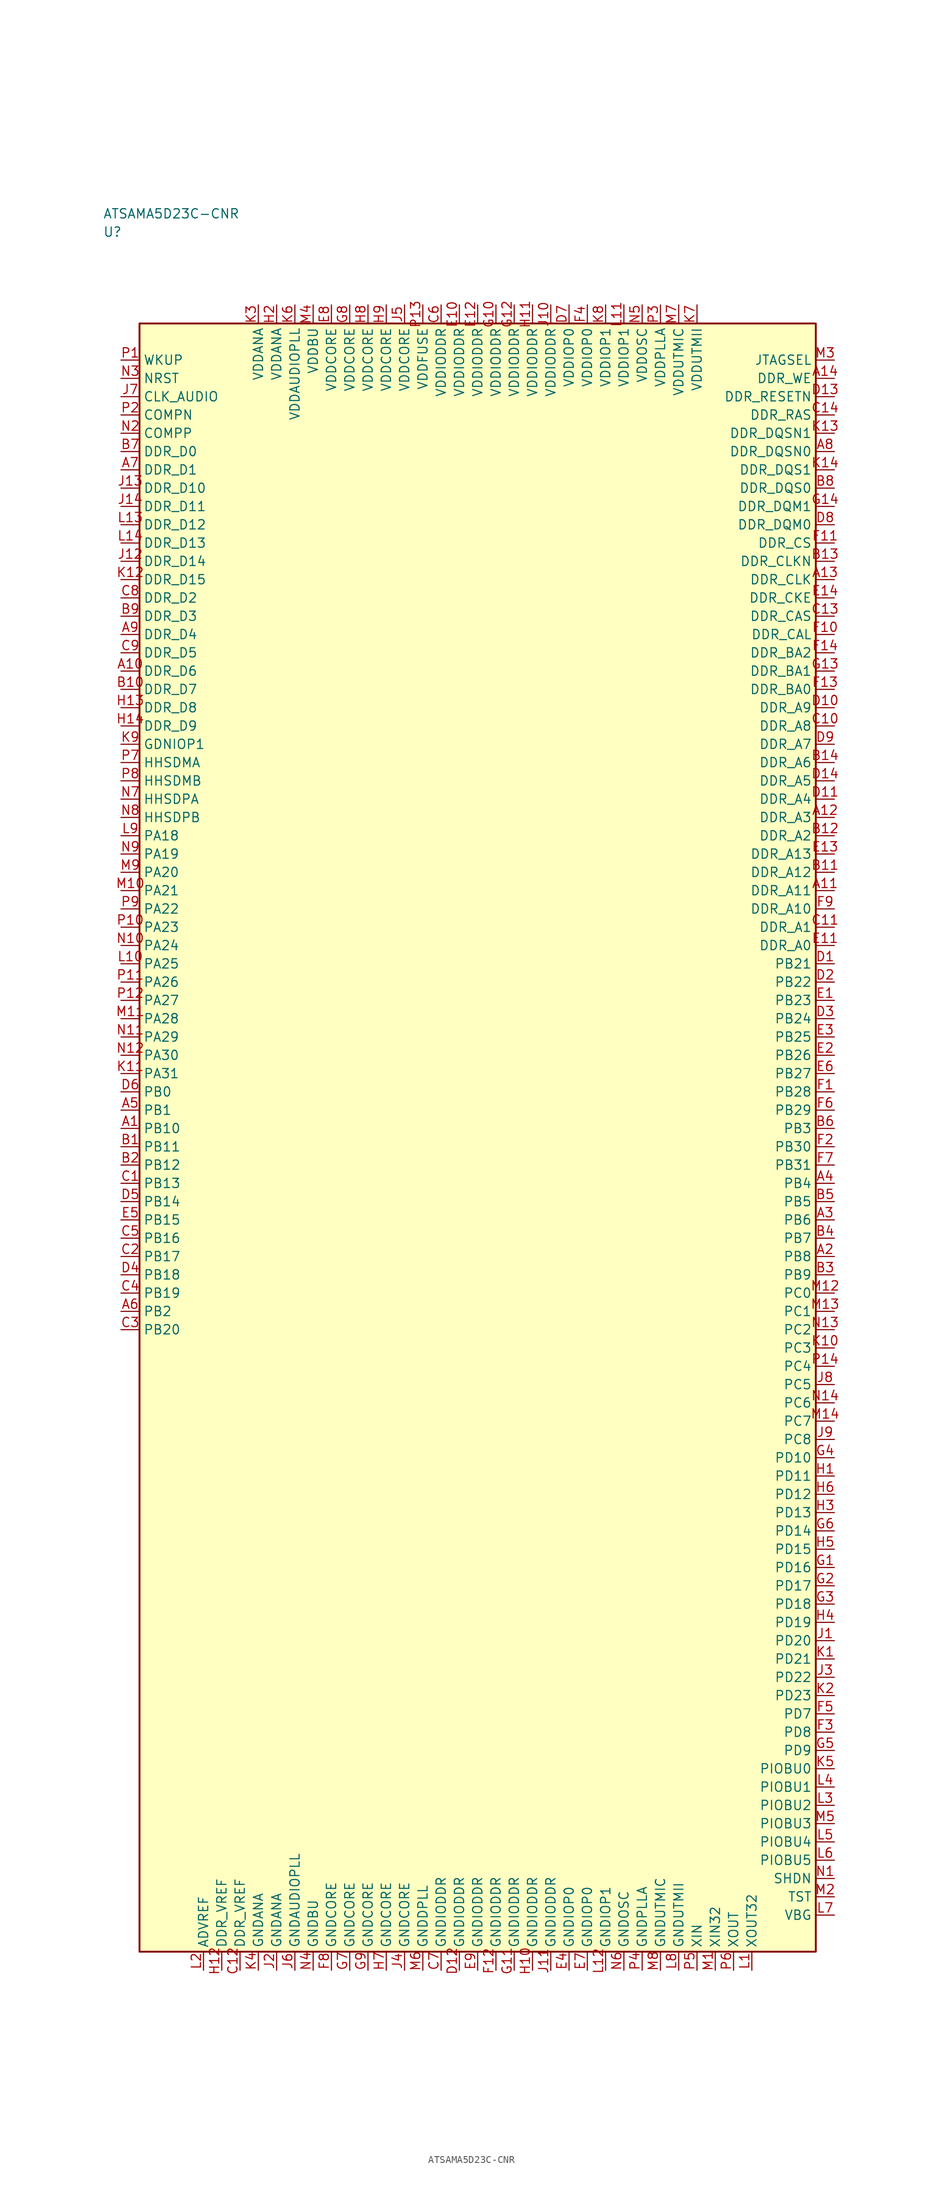
<source format=kicad_sym>
(kicad_symbol_lib
  (version 20241025)
  (generator "kicad_symbol_editor")
  (generator_version "8.0")
  (symbol "ATSAMA5D23C-CNR"
    (property "Reference" "U"
      (at -51.25 123.75 0)
      (effects (font (size 1.27 1.27)) (justify left)))
    (property "Value" "ATSAMA5D23C-CNR"
      (at -51.25 126.25 0)
      (effects (font (size 1.27 1.27)) (justify left)))
    (symbol "ATSAMA5D23C-CNR_0_1"
      (rectangle (start -46.25 111.25) (end 46.25 -111.25) (stroke (width 0.254) (type default)) (fill (type background))))
    (symbol "ATSAMA5D23C-CNR_1_1"
      (pin bidirectional line (at -48.79 41.25 0.0) (length 2.54) (name "PA18" (effects (font (size 1.27 1.27)))) (number "L9" (effects (font (size 1.27 1.27)))))
      (pin bidirectional line (at -48.79 38.75 0.0) (length 2.54) (name "PA19" (effects (font (size 1.27 1.27)))) (number "N9" (effects (font (size 1.27 1.27)))))
      (pin bidirectional line (at -48.79 36.25 0.0) (length 2.54) (name "PA20" (effects (font (size 1.27 1.27)))) (number "M9" (effects (font (size 1.27 1.27)))))
      (pin bidirectional line (at -48.79 33.75 0.0) (length 2.54) (name "PA21" (effects (font (size 1.27 1.27)))) (number "M10" (effects (font (size 1.27 1.27)))))
      (pin bidirectional line (at -48.79 31.25 0.0) (length 2.54) (name "PA22" (effects (font (size 1.27 1.27)))) (number "P9" (effects (font (size 1.27 1.27)))))
      (pin bidirectional line (at -48.79 28.75 0.0) (length 2.54) (name "PA23" (effects (font (size 1.27 1.27)))) (number "P10" (effects (font (size 1.27 1.27)))))
      (pin bidirectional line (at -48.79 26.25 0.0) (length 2.54) (name "PA24" (effects (font (size 1.27 1.27)))) (number "N10" (effects (font (size 1.27 1.27)))))
      (pin bidirectional line (at -48.79 23.75 0.0) (length 2.54) (name "PA25" (effects (font (size 1.27 1.27)))) (number "L10" (effects (font (size 1.27 1.27)))))
      (pin bidirectional line (at -48.79 21.25 0.0) (length 2.54) (name "PA26" (effects (font (size 1.27 1.27)))) (number "P11" (effects (font (size 1.27 1.27)))))
      (pin bidirectional line (at -48.79 18.75 0.0) (length 2.54) (name "PA27" (effects (font (size 1.27 1.27)))) (number "P12" (effects (font (size 1.27 1.27)))))
      (pin bidirectional line (at -48.79 16.25 0.0) (length 2.54) (name "PA28" (effects (font (size 1.27 1.27)))) (number "M11" (effects (font (size 1.27 1.27)))))
      (pin bidirectional line (at -48.79 13.75 0.0) (length 2.54) (name "PA29" (effects (font (size 1.27 1.27)))) (number "N11" (effects (font (size 1.27 1.27)))))
      (pin bidirectional line (at -48.79 11.25 0.0) (length 2.54) (name "PA30" (effects (font (size 1.27 1.27)))) (number "N12" (effects (font (size 1.27 1.27)))))
      (pin bidirectional line (at 48.79 -21.25 180.0) (length 2.54) (name "PC0" (effects (font (size 1.27 1.27)))) (number "M12" (effects (font (size 1.27 1.27)))))
      (pin bidirectional line (at -48.79 -23.75 0.0) (length 2.54) (name "PB2" (effects (font (size 1.27 1.27)))) (number "A6" (effects (font (size 1.27 1.27)))))
      (pin bidirectional line (at -48.79 3.75 0.0) (length 2.54) (name "PB1" (effects (font (size 1.27 1.27)))) (number "A5" (effects (font (size 1.27 1.27)))))
      (pin bidirectional line (at 48.79 1.25 180.0) (length 2.54) (name "PB3" (effects (font (size 1.27 1.27)))) (number "B6" (effects (font (size 1.27 1.27)))))
      (pin bidirectional line (at 48.79 -8.75 180.0) (length 2.54) (name "PB5" (effects (font (size 1.27 1.27)))) (number "B5" (effects (font (size 1.27 1.27)))))
      (pin bidirectional line (at 48.79 -6.25 180.0) (length 2.54) (name "PB4" (effects (font (size 1.27 1.27)))) (number "A4" (effects (font (size 1.27 1.27)))))
      (pin bidirectional line (at -48.79 6.25 0.0) (length 2.54) (name "PB0" (effects (font (size 1.27 1.27)))) (number "D6" (effects (font (size 1.27 1.27)))))
      (pin bidirectional line (at 48.79 -11.25 180.0) (length 2.54) (name "PB6" (effects (font (size 1.27 1.27)))) (number "A3" (effects (font (size 1.27 1.27)))))
      (pin bidirectional line (at 48.79 -13.75 180.0) (length 2.54) (name "PB7" (effects (font (size 1.27 1.27)))) (number "B4" (effects (font (size 1.27 1.27)))))
      (pin bidirectional line (at 48.79 -16.25 180.0) (length 2.54) (name "PB8" (effects (font (size 1.27 1.27)))) (number "A2" (effects (font (size 1.27 1.27)))))
      (pin bidirectional line (at 48.79 -18.75 180.0) (length 2.54) (name "PB9" (effects (font (size 1.27 1.27)))) (number "B3" (effects (font (size 1.27 1.27)))))
      (pin bidirectional line (at -48.79 1.25 0.0) (length 2.54) (name "PB10" (effects (font (size 1.27 1.27)))) (number "A1" (effects (font (size 1.27 1.27)))))
      (pin bidirectional line (at -48.79 -1.25 0.0) (length 2.54) (name "PB11" (effects (font (size 1.27 1.27)))) (number "B1" (effects (font (size 1.27 1.27)))))
      (pin bidirectional line (at -48.79 -3.75 0.0) (length 2.54) (name "PB12" (effects (font (size 1.27 1.27)))) (number "B2" (effects (font (size 1.27 1.27)))))
      (pin bidirectional line (at -48.79 -6.25 0.0) (length 2.54) (name "PB13" (effects (font (size 1.27 1.27)))) (number "C1" (effects (font (size 1.27 1.27)))))
      (pin bidirectional line (at -48.79 -8.75 0.0) (length 2.54) (name "PB14" (effects (font (size 1.27 1.27)))) (number "D5" (effects (font (size 1.27 1.27)))))
      (pin bidirectional line (at -48.79 -11.25 0.0) (length 2.54) (name "PB15" (effects (font (size 1.27 1.27)))) (number "E5" (effects (font (size 1.27 1.27)))))
      (pin bidirectional line (at -48.79 -13.75 0.0) (length 2.54) (name "PB16" (effects (font (size 1.27 1.27)))) (number "C5" (effects (font (size 1.27 1.27)))))
      (pin bidirectional line (at -48.79 -16.25 0.0) (length 2.54) (name "PB17" (effects (font (size 1.27 1.27)))) (number "C2" (effects (font (size 1.27 1.27)))))
      (pin bidirectional line (at -48.79 -18.75 0.0) (length 2.54) (name "PB18" (effects (font (size 1.27 1.27)))) (number "D4" (effects (font (size 1.27 1.27)))))
      (pin bidirectional line (at -48.79 -21.25 0.0) (length 2.54) (name "PB19" (effects (font (size 1.27 1.27)))) (number "C4" (effects (font (size 1.27 1.27)))))
      (pin bidirectional line (at -48.79 -26.25 0.0) (length 2.54) (name "PB20" (effects (font (size 1.27 1.27)))) (number "C3" (effects (font (size 1.27 1.27)))))
      (pin bidirectional line (at 48.79 23.75 180.0) (length 2.54) (name "PB21" (effects (font (size 1.27 1.27)))) (number "D1" (effects (font (size 1.27 1.27)))))
      (pin bidirectional line (at 48.79 21.25 180.0) (length 2.54) (name "PB22" (effects (font (size 1.27 1.27)))) (number "D2" (effects (font (size 1.27 1.27)))))
      (pin bidirectional line (at 48.79 18.75 180.0) (length 2.54) (name "PB23" (effects (font (size 1.27 1.27)))) (number "E1" (effects (font (size 1.27 1.27)))))
      (pin bidirectional line (at 48.79 16.25 180.0) (length 2.54) (name "PB24" (effects (font (size 1.27 1.27)))) (number "D3" (effects (font (size 1.27 1.27)))))
      (pin bidirectional line (at 48.79 13.75 180.0) (length 2.54) (name "PB25" (effects (font (size 1.27 1.27)))) (number "E3" (effects (font (size 1.27 1.27)))))
      (pin bidirectional line (at 48.79 11.25 180.0) (length 2.54) (name "PB26" (effects (font (size 1.27 1.27)))) (number "E2" (effects (font (size 1.27 1.27)))))
      (pin bidirectional line (at 48.79 8.75 180.0) (length 2.54) (name "PB27" (effects (font (size 1.27 1.27)))) (number "E6" (effects (font (size 1.27 1.27)))))
      (pin bidirectional line (at 48.79 6.25 180.0) (length 2.54) (name "PB28" (effects (font (size 1.27 1.27)))) (number "F1" (effects (font (size 1.27 1.27)))))
      (pin bidirectional line (at 48.79 3.75 180.0) (length 2.54) (name "PB29" (effects (font (size 1.27 1.27)))) (number "F6" (effects (font (size 1.27 1.27)))))
      (pin bidirectional line (at 48.79 -1.25 180.0) (length 2.54) (name "PB30" (effects (font (size 1.27 1.27)))) (number "F2" (effects (font (size 1.27 1.27)))))
      (pin bidirectional line (at 48.79 -3.75 180.0) (length 2.54) (name "PB31" (effects (font (size 1.27 1.27)))) (number "F7" (effects (font (size 1.27 1.27)))))
      (pin bidirectional line (at 48.79 -23.75 180.0) (length 2.54) (name "PC1" (effects (font (size 1.27 1.27)))) (number "M13" (effects (font (size 1.27 1.27)))))
      (pin power_in line (at -7.5 113.79 270.0) (length 2.54) (name "VDDFUSE" (effects (font (size 1.27 1.27)))) (number "P13" (effects (font (size 1.27 1.27)))))
      (pin bidirectional line (at 48.79 -26.25 180.0) (length 2.54) (name "PC2" (effects (font (size 1.27 1.27)))) (number "N13" (effects (font (size 1.27 1.27)))))
      (pin bidirectional line (at 48.79 -28.75 180.0) (length 2.54) (name "PC3" (effects (font (size 1.27 1.27)))) (number "K10" (effects (font (size 1.27 1.27)))))
      (pin bidirectional line (at 48.79 -31.25 180.0) (length 2.54) (name "PC4" (effects (font (size 1.27 1.27)))) (number "P14" (effects (font (size 1.27 1.27)))))
      (pin bidirectional line (at 48.79 -33.75 180.0) (length 2.54) (name "PC5" (effects (font (size 1.27 1.27)))) (number "J8" (effects (font (size 1.27 1.27)))))
      (pin bidirectional line (at 48.79 -36.25 180.0) (length 2.54) (name "PC6" (effects (font (size 1.27 1.27)))) (number "N14" (effects (font (size 1.27 1.27)))))
      (pin bidirectional line (at 48.79 -38.75 180.0) (length 2.54) (name "PC7" (effects (font (size 1.27 1.27)))) (number "M14" (effects (font (size 1.27 1.27)))))
      (pin bidirectional line (at 48.79 -41.25 180.0) (length 2.54) (name "PC8" (effects (font (size 1.27 1.27)))) (number "J9" (effects (font (size 1.27 1.27)))))
      (pin bidirectional line (at 48.79 -78.75 180.0) (length 2.54) (name "PD7" (effects (font (size 1.27 1.27)))) (number "F5" (effects (font (size 1.27 1.27)))))
      (pin bidirectional line (at 48.79 -81.25 180.0) (length 2.54) (name "PD8" (effects (font (size 1.27 1.27)))) (number "F3" (effects (font (size 1.27 1.27)))))
      (pin bidirectional line (at 48.79 -83.75 180.0) (length 2.54) (name "PD9" (effects (font (size 1.27 1.27)))) (number "G5" (effects (font (size 1.27 1.27)))))
      (pin bidirectional line (at 48.79 -43.75 180.0) (length 2.54) (name "PD10" (effects (font (size 1.27 1.27)))) (number "G4" (effects (font (size 1.27 1.27)))))
      (pin bidirectional line (at 48.79 -46.25 180.0) (length 2.54) (name "PD11" (effects (font (size 1.27 1.27)))) (number "H1" (effects (font (size 1.27 1.27)))))
      (pin bidirectional line (at 48.79 -48.75 180.0) (length 2.54) (name "PD12" (effects (font (size 1.27 1.27)))) (number "H6" (effects (font (size 1.27 1.27)))))
      (pin bidirectional line (at 48.79 -51.25 180.0) (length 2.54) (name "PD13" (effects (font (size 1.27 1.27)))) (number "H3" (effects (font (size 1.27 1.27)))))
      (pin bidirectional line (at 48.79 -53.75 180.0) (length 2.54) (name "PD14" (effects (font (size 1.27 1.27)))) (number "G6" (effects (font (size 1.27 1.27)))))
      (pin bidirectional line (at 48.79 -56.25 180.0) (length 2.54) (name "PD15" (effects (font (size 1.27 1.27)))) (number "H5" (effects (font (size 1.27 1.27)))))
      (pin bidirectional line (at 48.79 -58.75 180.0) (length 2.54) (name "PD16" (effects (font (size 1.27 1.27)))) (number "G1" (effects (font (size 1.27 1.27)))))
      (pin bidirectional line (at 48.79 -61.25 180.0) (length 2.54) (name "PD17" (effects (font (size 1.27 1.27)))) (number "G2" (effects (font (size 1.27 1.27)))))
      (pin bidirectional line (at 48.79 -63.75 180.0) (length 2.54) (name "PD18" (effects (font (size 1.27 1.27)))) (number "G3" (effects (font (size 1.27 1.27)))))
      (pin bidirectional line (at 48.79 -66.25 180.0) (length 2.54) (name "PD19" (effects (font (size 1.27 1.27)))) (number "H4" (effects (font (size 1.27 1.27)))))
      (pin bidirectional line (at 48.79 -68.75 180.0) (length 2.54) (name "PD20" (effects (font (size 1.27 1.27)))) (number "J1" (effects (font (size 1.27 1.27)))))
      (pin bidirectional line (at 48.79 -71.25 180.0) (length 2.54) (name "PD21" (effects (font (size 1.27 1.27)))) (number "K1" (effects (font (size 1.27 1.27)))))
      (pin bidirectional line (at 48.79 -73.75 180.0) (length 2.54) (name "PD22" (effects (font (size 1.27 1.27)))) (number "J3" (effects (font (size 1.27 1.27)))))
      (pin bidirectional line (at 48.79 -76.25 180.0) (length 2.54) (name "PD23" (effects (font (size 1.27 1.27)))) (number "K2" (effects (font (size 1.27 1.27)))))
      (pin power_in line (at -30.0 113.79 270.0) (length 2.54) (name "VDDANA" (effects (font (size 1.27 1.27)))) (number "K3" (effects (font (size 1.27 1.27)))))
      (pin passive line (at -30.0 -113.79 90.0) (length 2.54) (name "GNDANA" (effects (font (size 1.27 1.27)))) (number "K4" (effects (font (size 1.27 1.27)))))
      (pin passive line (at -37.5 -113.79 90.0) (length 2.54) (name "ADVREF" (effects (font (size 1.27 1.27)))) (number "L2" (effects (font (size 1.27 1.27)))))
      (pin power_in line (at -27.5 113.79 270.0) (length 2.54) (name "VDDANA" (effects (font (size 1.27 1.27)))) (number "H2" (effects (font (size 1.27 1.27)))))
      (pin passive line (at -27.5 -113.79 90.0) (length 2.54) (name "GNDANA" (effects (font (size 1.27 1.27)))) (number "J2" (effects (font (size 1.27 1.27)))))
      (pin passive line (at -35.0 -113.79 90.0) (length 2.54) (name "DDR_VREF" (effects (font (size 1.27 1.27)))) (number "H12" (effects (font (size 1.27 1.27)))))
      (pin passive line (at -32.5 -113.79 90.0) (length 2.54) (name "DDR_VREF" (effects (font (size 1.27 1.27)))) (number "C12" (effects (font (size 1.27 1.27)))))
      (pin bidirectional line (at -48.79 93.75 0.0) (length 2.54) (name "DDR_D0" (effects (font (size 1.27 1.27)))) (number "B7" (effects (font (size 1.27 1.27)))))
      (pin bidirectional line (at -48.79 91.25 0.0) (length 2.54) (name "DDR_D1" (effects (font (size 1.27 1.27)))) (number "A7" (effects (font (size 1.27 1.27)))))
      (pin bidirectional line (at -48.79 73.75 0.0) (length 2.54) (name "DDR_D2" (effects (font (size 1.27 1.27)))) (number "C8" (effects (font (size 1.27 1.27)))))
      (pin bidirectional line (at -48.79 71.25 0.0) (length 2.54) (name "DDR_D3" (effects (font (size 1.27 1.27)))) (number "B9" (effects (font (size 1.27 1.27)))))
      (pin bidirectional line (at -48.79 68.75 0.0) (length 2.54) (name "DDR_D4" (effects (font (size 1.27 1.27)))) (number "A9" (effects (font (size 1.27 1.27)))))
      (pin bidirectional line (at -48.79 66.25 0.0) (length 2.54) (name "DDR_D5" (effects (font (size 1.27 1.27)))) (number "C9" (effects (font (size 1.27 1.27)))))
      (pin bidirectional line (at -48.79 63.75 0.0) (length 2.54) (name "DDR_D6" (effects (font (size 1.27 1.27)))) (number "A10" (effects (font (size 1.27 1.27)))))
      (pin bidirectional line (at -48.79 61.25 0.0) (length 2.54) (name "DDR_D7" (effects (font (size 1.27 1.27)))) (number "B10" (effects (font (size 1.27 1.27)))))
      (pin bidirectional line (at -48.79 58.75 0.0) (length 2.54) (name "DDR_D8" (effects (font (size 1.27 1.27)))) (number "H13" (effects (font (size 1.27 1.27)))))
      (pin bidirectional line (at -48.79 56.25 0.0) (length 2.54) (name "DDR_D9" (effects (font (size 1.27 1.27)))) (number "H14" (effects (font (size 1.27 1.27)))))
      (pin bidirectional line (at -48.79 88.75 0.0) (length 2.54) (name "DDR_D10" (effects (font (size 1.27 1.27)))) (number "J13" (effects (font (size 1.27 1.27)))))
      (pin bidirectional line (at -48.79 86.25 0.0) (length 2.54) (name "DDR_D11" (effects (font (size 1.27 1.27)))) (number "J14" (effects (font (size 1.27 1.27)))))
      (pin bidirectional line (at -48.79 83.75 0.0) (length 2.54) (name "DDR_D12" (effects (font (size 1.27 1.27)))) (number "L13" (effects (font (size 1.27 1.27)))))
      (pin bidirectional line (at -48.79 81.25 0.0) (length 2.54) (name "DDR_D13" (effects (font (size 1.27 1.27)))) (number "L14" (effects (font (size 1.27 1.27)))))
      (pin bidirectional line (at -48.79 78.75 0.0) (length 2.54) (name "DDR_D14" (effects (font (size 1.27 1.27)))) (number "J12" (effects (font (size 1.27 1.27)))))
      (pin bidirectional line (at -48.79 76.25 0.0) (length 2.54) (name "DDR_D15" (effects (font (size 1.27 1.27)))) (number "K12" (effects (font (size 1.27 1.27)))))
      (pin output line (at 48.79 26.25 180.0) (length 2.54) (name "DDR_A0" (effects (font (size 1.27 1.27)))) (number "E11" (effects (font (size 1.27 1.27)))))
      (pin output line (at 48.79 28.75 180.0) (length 2.54) (name "DDR_A1" (effects (font (size 1.27 1.27)))) (number "C11" (effects (font (size 1.27 1.27)))))
      (pin output line (at 48.79 41.25 180.0) (length 2.54) (name "DDR_A2" (effects (font (size 1.27 1.27)))) (number "B12" (effects (font (size 1.27 1.27)))))
      (pin output line (at 48.79 43.75 180.0) (length 2.54) (name "DDR_A3" (effects (font (size 1.27 1.27)))) (number "A12" (effects (font (size 1.27 1.27)))))
      (pin output line (at 48.79 46.25 180.0) (length 2.54) (name "DDR_A4" (effects (font (size 1.27 1.27)))) (number "D11" (effects (font (size 1.27 1.27)))))
      (pin output line (at 48.79 48.75 180.0) (length 2.54) (name "DDR_A5" (effects (font (size 1.27 1.27)))) (number "D14" (effects (font (size 1.27 1.27)))))
      (pin output line (at 48.79 51.25 180.0) (length 2.54) (name "DDR_A6" (effects (font (size 1.27 1.27)))) (number "B14" (effects (font (size 1.27 1.27)))))
      (pin output line (at 48.79 53.75 180.0) (length 2.54) (name "DDR_A7" (effects (font (size 1.27 1.27)))) (number "D9" (effects (font (size 1.27 1.27)))))
      (pin output line (at 48.79 56.25 180.0) (length 2.54) (name "DDR_A8" (effects (font (size 1.27 1.27)))) (number "C10" (effects (font (size 1.27 1.27)))))
      (pin output line (at 48.79 58.75 180.0) (length 2.54) (name "DDR_A9" (effects (font (size 1.27 1.27)))) (number "D10" (effects (font (size 1.27 1.27)))))
      (pin output line (at 48.79 31.25 180.0) (length 2.54) (name "DDR_A10" (effects (font (size 1.27 1.27)))) (number "F9" (effects (font (size 1.27 1.27)))))
      (pin output line (at 48.79 33.75 180.0) (length 2.54) (name "DDR_A11" (effects (font (size 1.27 1.27)))) (number "A11" (effects (font (size 1.27 1.27)))))
      (pin output line (at 48.79 36.25 180.0) (length 2.54) (name "DDR_A12" (effects (font (size 1.27 1.27)))) (number "B11" (effects (font (size 1.27 1.27)))))
      (pin output line (at 48.79 38.75 180.0) (length 2.54) (name "DDR_A13" (effects (font (size 1.27 1.27)))) (number "E13" (effects (font (size 1.27 1.27)))))
      (pin output line (at 48.79 76.25 180.0) (length 2.54) (name "DDR_CLK" (effects (font (size 1.27 1.27)))) (number "A13" (effects (font (size 1.27 1.27)))))
      (pin output line (at 48.79 78.75 180.0) (length 2.54) (name "DDR_CLKN" (effects (font (size 1.27 1.27)))) (number "B13" (effects (font (size 1.27 1.27)))))
      (pin output line (at 48.79 73.75 180.0) (length 2.54) (name "DDR_CKE" (effects (font (size 1.27 1.27)))) (number "E14" (effects (font (size 1.27 1.27)))))
      (pin output line (at 48.79 101.25 180.0) (length 2.54) (name "DDR_RESETN" (effects (font (size 1.27 1.27)))) (number "D13" (effects (font (size 1.27 1.27)))))
      (pin output line (at 48.79 81.25 180.0) (length 2.54) (name "DDR_CS" (effects (font (size 1.27 1.27)))) (number "F11" (effects (font (size 1.27 1.27)))))
      (pin output line (at 48.79 103.75 180.0) (length 2.54) (name "DDR_WE" (effects (font (size 1.27 1.27)))) (number "A14" (effects (font (size 1.27 1.27)))))
      (pin output line (at 48.79 98.75 180.0) (length 2.54) (name "DDR_RAS" (effects (font (size 1.27 1.27)))) (number "C14" (effects (font (size 1.27 1.27)))))
      (pin output line (at 48.79 71.25 180.0) (length 2.54) (name "DDR_CAS" (effects (font (size 1.27 1.27)))) (number "C13" (effects (font (size 1.27 1.27)))))
      (pin output line (at 48.79 83.75 180.0) (length 2.54) (name "DDR_DQM0" (effects (font (size 1.27 1.27)))) (number "D8" (effects (font (size 1.27 1.27)))))
      (pin output line (at 48.79 86.25 180.0) (length 2.54) (name "DDR_DQM1" (effects (font (size 1.27 1.27)))) (number "G14" (effects (font (size 1.27 1.27)))))
      (pin output line (at 48.79 88.75 180.0) (length 2.54) (name "DDR_DQS0" (effects (font (size 1.27 1.27)))) (number "B8" (effects (font (size 1.27 1.27)))))
      (pin output line (at 48.79 91.25 180.0) (length 2.54) (name "DDR_DQS1" (effects (font (size 1.27 1.27)))) (number "K14" (effects (font (size 1.27 1.27)))))
      (pin output line (at 48.79 93.75 180.0) (length 2.54) (name "DDR_DQSN0" (effects (font (size 1.27 1.27)))) (number "A8" (effects (font (size 1.27 1.27)))))
      (pin output line (at 48.79 96.25 180.0) (length 2.54) (name "DDR_DQSN1" (effects (font (size 1.27 1.27)))) (number "K13" (effects (font (size 1.27 1.27)))))
      (pin output line (at 48.79 61.25 180.0) (length 2.54) (name "DDR_BA0" (effects (font (size 1.27 1.27)))) (number "F13" (effects (font (size 1.27 1.27)))))
      (pin output line (at 48.79 63.75 180.0) (length 2.54) (name "DDR_BA1" (effects (font (size 1.27 1.27)))) (number "G13" (effects (font (size 1.27 1.27)))))
      (pin output line (at 48.79 66.25 180.0) (length 2.54) (name "DDR_BA2" (effects (font (size 1.27 1.27)))) (number "F14" (effects (font (size 1.27 1.27)))))
      (pin output line (at 48.79 68.75 180.0) (length 2.54) (name "DDR_CAL" (effects (font (size 1.27 1.27)))) (number "F10" (effects (font (size 1.27 1.27)))))
      (pin power_in line (at -5.0 113.79 270.0) (length 2.54) (name "VDDIODDR" (effects (font (size 1.27 1.27)))) (number "C6" (effects (font (size 1.27 1.27)))))
      (pin power_in line (at -2.5 113.79 270.0) (length 2.54) (name "VDDIODDR" (effects (font (size 1.27 1.27)))) (number "E10" (effects (font (size 1.27 1.27)))))
      (pin power_in line (at 0.0 113.79 270.0) (length 2.54) (name "VDDIODDR" (effects (font (size 1.27 1.27)))) (number "E12" (effects (font (size 1.27 1.27)))))
      (pin power_in line (at 2.5 113.79 270.0) (length 2.54) (name "VDDIODDR" (effects (font (size 1.27 1.27)))) (number "G10" (effects (font (size 1.27 1.27)))))
      (pin power_in line (at 5.0 113.79 270.0) (length 2.54) (name "VDDIODDR" (effects (font (size 1.27 1.27)))) (number "G12" (effects (font (size 1.27 1.27)))))
      (pin power_in line (at 7.5 113.79 270.0) (length 2.54) (name "VDDIODDR" (effects (font (size 1.27 1.27)))) (number "H11" (effects (font (size 1.27 1.27)))))
      (pin power_in line (at 10.0 113.79 270.0) (length 2.54) (name "VDDIODDR" (effects (font (size 1.27 1.27)))) (number "J10" (effects (font (size 1.27 1.27)))))
      (pin passive line (at -5.0 -113.79 90.0) (length 2.54) (name "GNDIODDR" (effects (font (size 1.27 1.27)))) (number "C7" (effects (font (size 1.27 1.27)))))
      (pin passive line (at -2.5 -113.79 90.0) (length 2.54) (name "GNDIODDR" (effects (font (size 1.27 1.27)))) (number "D12" (effects (font (size 1.27 1.27)))))
      (pin passive line (at 0.0 -113.79 90.0) (length 2.54) (name "GNDIODDR" (effects (font (size 1.27 1.27)))) (number "E9" (effects (font (size 1.27 1.27)))))
      (pin passive line (at 2.5 -113.79 90.0) (length 2.54) (name "GNDIODDR" (effects (font (size 1.27 1.27)))) (number "F12" (effects (font (size 1.27 1.27)))))
      (pin passive line (at 5.0 -113.79 90.0) (length 2.54) (name "GNDIODDR" (effects (font (size 1.27 1.27)))) (number "G11" (effects (font (size 1.27 1.27)))))
      (pin passive line (at 7.5 -113.79 90.0) (length 2.54) (name "GNDIODDR" (effects (font (size 1.27 1.27)))) (number "H10" (effects (font (size 1.27 1.27)))))
      (pin passive line (at 10.0 -113.79 90.0) (length 2.54) (name "GNDIODDR" (effects (font (size 1.27 1.27)))) (number "J11" (effects (font (size 1.27 1.27)))))
      (pin power_in line (at -20.0 113.79 270.0) (length 2.54) (name "VDDCORE" (effects (font (size 1.27 1.27)))) (number "E8" (effects (font (size 1.27 1.27)))))
      (pin power_in line (at -17.5 113.79 270.0) (length 2.54) (name "VDDCORE" (effects (font (size 1.27 1.27)))) (number "G8" (effects (font (size 1.27 1.27)))))
      (pin power_in line (at -15.0 113.79 270.0) (length 2.54) (name "VDDCORE" (effects (font (size 1.27 1.27)))) (number "H8" (effects (font (size 1.27 1.27)))))
      (pin power_in line (at -12.5 113.79 270.0) (length 2.54) (name "VDDCORE" (effects (font (size 1.27 1.27)))) (number "H9" (effects (font (size 1.27 1.27)))))
      (pin power_in line (at -10.0 113.79 270.0) (length 2.54) (name "VDDCORE" (effects (font (size 1.27 1.27)))) (number "J5" (effects (font (size 1.27 1.27)))))
      (pin passive line (at -20.0 -113.79 90.0) (length 2.54) (name "GNDCORE" (effects (font (size 1.27 1.27)))) (number "F8" (effects (font (size 1.27 1.27)))))
      (pin passive line (at -17.5 -113.79 90.0) (length 2.54) (name "GNDCORE" (effects (font (size 1.27 1.27)))) (number "G7" (effects (font (size 1.27 1.27)))))
      (pin passive line (at -15.0 -113.79 90.0) (length 2.54) (name "GNDCORE" (effects (font (size 1.27 1.27)))) (number "G9" (effects (font (size 1.27 1.27)))))
      (pin passive line (at -12.5 -113.79 90.0) (length 2.54) (name "GNDCORE" (effects (font (size 1.27 1.27)))) (number "H7" (effects (font (size 1.27 1.27)))))
      (pin passive line (at -10.0 -113.79 90.0) (length 2.54) (name "GNDCORE" (effects (font (size 1.27 1.27)))) (number "J4" (effects (font (size 1.27 1.27)))))
      (pin power_in line (at 12.5 113.79 270.0) (length 2.54) (name "VDDIOP0" (effects (font (size 1.27 1.27)))) (number "D7" (effects (font (size 1.27 1.27)))))
      (pin power_in line (at 15.0 113.79 270.0) (length 2.54) (name "VDDIOP0" (effects (font (size 1.27 1.27)))) (number "F4" (effects (font (size 1.27 1.27)))))
      (pin passive line (at 12.5 -113.79 90.0) (length 2.54) (name "GNDIOP0" (effects (font (size 1.27 1.27)))) (number "E4" (effects (font (size 1.27 1.27)))))
      (pin passive line (at 15.0 -113.79 90.0) (length 2.54) (name "GNDIOP0" (effects (font (size 1.27 1.27)))) (number "E7" (effects (font (size 1.27 1.27)))))
      (pin power_in line (at 17.5 113.79 270.0) (length 2.54) (name "VDDIOP1" (effects (font (size 1.27 1.27)))) (number "K8" (effects (font (size 1.27 1.27)))))
      (pin power_in line (at 20.0 113.79 270.0) (length 2.54) (name "VDDIOP1" (effects (font (size 1.27 1.27)))) (number "L11" (effects (font (size 1.27 1.27)))))
      (pin bidirectional line (at -48.79 53.75 0.0) (length 2.54) (name "GDNIOP1" (effects (font (size 1.27 1.27)))) (number "K9" (effects (font (size 1.27 1.27)))))
      (pin passive line (at 17.5 -113.79 90.0) (length 2.54) (name "GNDIOP1" (effects (font (size 1.27 1.27)))) (number "L12" (effects (font (size 1.27 1.27)))))
      (pin bidirectional line (at -48.79 8.75 0.0) (length 2.54) (name "PA31" (effects (font (size 1.27 1.27)))) (number "K11" (effects (font (size 1.27 1.27)))))
      (pin power_in line (at 25.0 113.79 270.0) (length 2.54) (name "VDDPLLA" (effects (font (size 1.27 1.27)))) (number "P3" (effects (font (size 1.27 1.27)))))
      (pin passive line (at 22.5 -113.79 90.0) (length 2.54) (name "GNDPLLA" (effects (font (size 1.27 1.27)))) (number "P4" (effects (font (size 1.27 1.27)))))
      (pin power_in line (at -25.0 113.79 270.0) (length 2.54) (name "VDDAUDIOPLL" (effects (font (size 1.27 1.27)))) (number "K6" (effects (font (size 1.27 1.27)))))
      (pin bidirectional line (at 48.79 -98.75 180.0) (length 2.54) (name "PIOBU5" (effects (font (size 1.27 1.27)))) (number "L6" (effects (font (size 1.27 1.27)))))
      (pin passive line (at -25.0 -113.79 90.0) (length 2.54) (name "GNDAUDIOPLL" (effects (font (size 1.27 1.27)))) (number "J6" (effects (font (size 1.27 1.27)))))
      (pin bidirectional line (at -48.79 101.25 0.0) (length 2.54) (name "CLK_AUDIO" (effects (font (size 1.27 1.27)))) (number "J7" (effects (font (size 1.27 1.27)))))
      (pin passive line (at 30.0 -113.79 90.0) (length 2.54) (name "XIN" (effects (font (size 1.27 1.27)))) (number "P5" (effects (font (size 1.27 1.27)))))
      (pin passive line (at 35.0 -113.79 90.0) (length 2.54) (name "XOUT" (effects (font (size 1.27 1.27)))) (number "P6" (effects (font (size 1.27 1.27)))))
      (pin power_in line (at 22.5 113.79 270.0) (length 2.54) (name "VDDOSC" (effects (font (size 1.27 1.27)))) (number "N5" (effects (font (size 1.27 1.27)))))
      (pin passive line (at 20.0 -113.79 90.0) (length 2.54) (name "GNDOSC" (effects (font (size 1.27 1.27)))) (number "N6" (effects (font (size 1.27 1.27)))))
      (pin power_in line (at 30.0 113.79 270.0) (length 2.54) (name "VDDUTMII" (effects (font (size 1.27 1.27)))) (number "K7" (effects (font (size 1.27 1.27)))))
      (pin passive line (at 27.5 -113.79 90.0) (length 2.54) (name "GNDUTMII" (effects (font (size 1.27 1.27)))) (number "L8" (effects (font (size 1.27 1.27)))))
      (pin bidirectional line (at -48.79 46.25 0.0) (length 2.54) (name "HHSDPA" (effects (font (size 1.27 1.27)))) (number "N7" (effects (font (size 1.27 1.27)))))
      (pin bidirectional line (at -48.79 51.25 0.0) (length 2.54) (name "HHSDMA" (effects (font (size 1.27 1.27)))) (number "P7" (effects (font (size 1.27 1.27)))))
      (pin bidirectional line (at -48.79 43.75 0.0) (length 2.54) (name "HHSDPB" (effects (font (size 1.27 1.27)))) (number "N8" (effects (font (size 1.27 1.27)))))
      (pin bidirectional line (at -48.79 48.75 0.0) (length 2.54) (name "HHSDMB" (effects (font (size 1.27 1.27)))) (number "P8" (effects (font (size 1.27 1.27)))))
      (pin power_in line (at 27.5 113.79 270.0) (length 2.54) (name "VDDUTMIC" (effects (font (size 1.27 1.27)))) (number "M7" (effects (font (size 1.27 1.27)))))
      (pin passive line (at 25.0 -113.79 90.0) (length 2.54) (name "GNDUTMIC" (effects (font (size 1.27 1.27)))) (number "M8" (effects (font (size 1.27 1.27)))))
      (pin bidirectional line (at 48.79 -106.25 180.0) (length 2.54) (name "VBG" (effects (font (size 1.27 1.27)))) (number "L7" (effects (font (size 1.27 1.27)))))
      (pin bidirectional line (at 48.79 -103.75 180.0) (length 2.54) (name "TST" (effects (font (size 1.27 1.27)))) (number "M2" (effects (font (size 1.27 1.27)))))
      (pin input line (at -48.79 103.75 0.0) (length 2.54) (name "NRST" (effects (font (size 1.27 1.27)))) (number "N3" (effects (font (size 1.27 1.27)))))
      (pin bidirectional line (at 48.79 -88.75 180.0) (length 2.54) (name "PIOBU1" (effects (font (size 1.27 1.27)))) (number "L4" (effects (font (size 1.27 1.27)))))
      (pin input line (at -48.79 106.25 0.0) (length 2.54) (name "WKUP" (effects (font (size 1.27 1.27)))) (number "P1" (effects (font (size 1.27 1.27)))))
      (pin bidirectional line (at 48.79 -101.25 180.0) (length 2.54) (name "SHDN" (effects (font (size 1.27 1.27)))) (number "N1" (effects (font (size 1.27 1.27)))))
      (pin bidirectional line (at 48.79 -86.25 180.0) (length 2.54) (name "PIOBU0" (effects (font (size 1.27 1.27)))) (number "K5" (effects (font (size 1.27 1.27)))))
      (pin bidirectional line (at 48.79 -91.25 180.0) (length 2.54) (name "PIOBU2" (effects (font (size 1.27 1.27)))) (number "L3" (effects (font (size 1.27 1.27)))))
      (pin output line (at 48.79 106.25 180.0) (length 2.54) (name "JTAGSEL" (effects (font (size 1.27 1.27)))) (number "M3" (effects (font (size 1.27 1.27)))))
      (pin passive line (at -22.5 -113.79 90.0) (length 2.54) (name "GNDBU" (effects (font (size 1.27 1.27)))) (number "N4" (effects (font (size 1.27 1.27)))))
      (pin bidirectional line (at 48.79 -96.25 180.0) (length 2.54) (name "PIOBU4" (effects (font (size 1.27 1.27)))) (number "L5" (effects (font (size 1.27 1.27)))))
      (pin passive line (at -7.5 -113.79 90.0) (length 2.54) (name "GNDDPLL" (effects (font (size 1.27 1.27)))) (number "M6" (effects (font (size 1.27 1.27)))))
      (pin power_in line (at -22.5 113.79 270.0) (length 2.54) (name "VDDBU" (effects (font (size 1.27 1.27)))) (number "M4" (effects (font (size 1.27 1.27)))))
      (pin bidirectional line (at 48.79 -93.75 180.0) (length 2.54) (name "PIOBU3" (effects (font (size 1.27 1.27)))) (number "M5" (effects (font (size 1.27 1.27)))))
      (pin passive line (at 32.5 -113.79 90.0) (length 2.54) (name "XIN32" (effects (font (size 1.27 1.27)))) (number "M1" (effects (font (size 1.27 1.27)))))
      (pin passive line (at 37.5 -113.79 90.0) (length 2.54) (name "XOUT32" (effects (font (size 1.27 1.27)))) (number "L1" (effects (font (size 1.27 1.27)))))
      (pin bidirectional line (at -48.79 96.25 0.0) (length 2.54) (name "COMPP" (effects (font (size 1.27 1.27)))) (number "N2" (effects (font (size 1.27 1.27)))))
      (pin bidirectional line (at -48.79 98.75 0.0) (length 2.54) (name "COMPN" (effects (font (size 1.27 1.27)))) (number "P2" (effects (font (size 1.27 1.27))))))))
</source>
